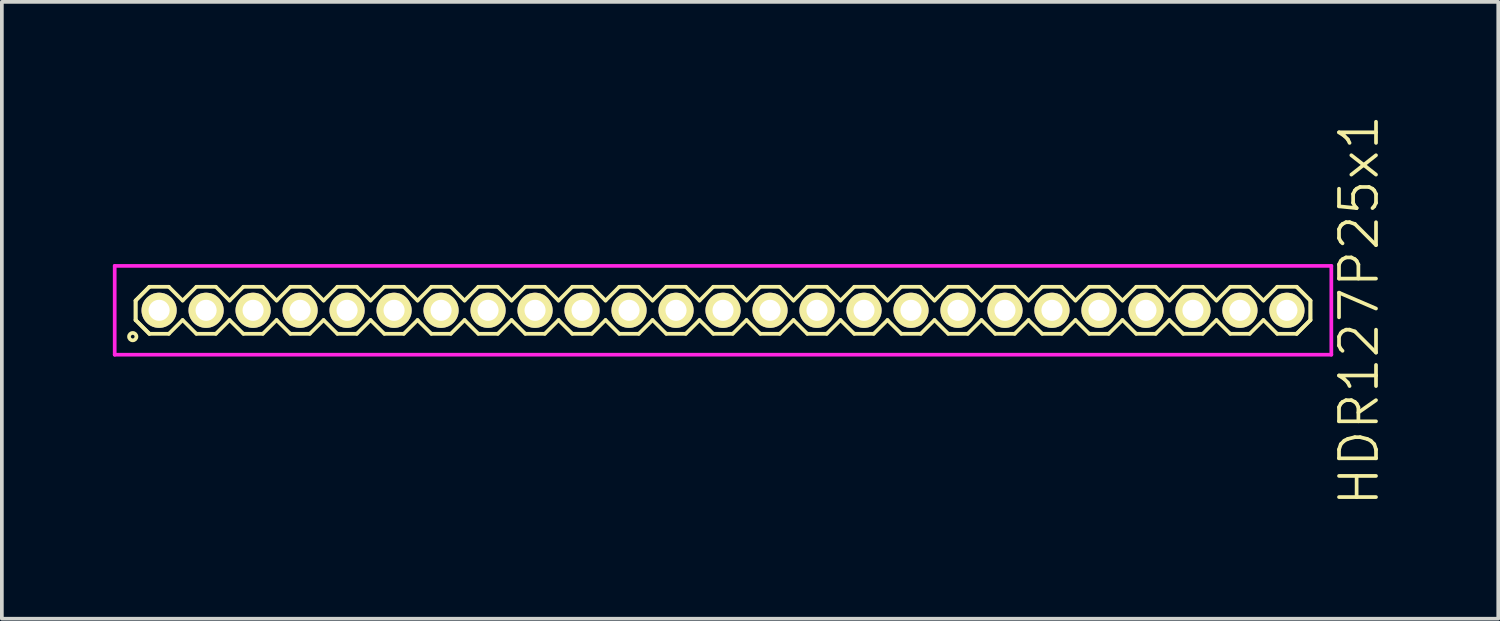
<source format=kicad_pcb>
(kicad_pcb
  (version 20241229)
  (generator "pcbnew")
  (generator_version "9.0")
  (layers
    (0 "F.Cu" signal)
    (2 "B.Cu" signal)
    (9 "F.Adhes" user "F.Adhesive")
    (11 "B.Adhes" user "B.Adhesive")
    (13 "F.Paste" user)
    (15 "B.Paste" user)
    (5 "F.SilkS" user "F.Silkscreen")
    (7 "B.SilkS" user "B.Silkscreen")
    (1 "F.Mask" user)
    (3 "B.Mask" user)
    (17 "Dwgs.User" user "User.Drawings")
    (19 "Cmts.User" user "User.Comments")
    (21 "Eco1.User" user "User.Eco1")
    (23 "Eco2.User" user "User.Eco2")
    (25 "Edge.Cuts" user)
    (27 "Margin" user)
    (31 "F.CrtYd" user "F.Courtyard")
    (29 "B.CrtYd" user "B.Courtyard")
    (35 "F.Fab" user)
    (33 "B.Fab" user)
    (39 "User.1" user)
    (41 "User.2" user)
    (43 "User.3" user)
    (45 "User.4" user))
  (footprint "HDR127P25x1"
    (layer "F.Cu")
    (at 16.49 5.336)
    (property "Reference" "HDR127P25x1" (at 17.19 0 90) (layer "F.SilkS") (effects (font (size 1 1) (thickness 0.1))))
    (attr through_hole)
    (fp_line (start -15.875 -0.263) (end -15.503 -0.635) (stroke (width 0.1) (type solid)) (layer "F.SilkS"))
    (fp_line (start -15.875 -0.263) (end -15.503 -0.635) (stroke (width 0.1) (type solid)) (layer "F.SilkS"))
    (fp_line (start -15.875 0.263) (end -15.875 -0.263) (stroke (width 0.1) (type solid)) (layer "F.SilkS"))
    (fp_line (start -15.875 0.263) (end -15.875 -0.263) (stroke (width 0.1) (type solid)) (layer "F.SilkS"))
    (fp_line (start -15.503 -0.635) (end -14.977 -0.635) (stroke (width 0.1) (type solid)) (layer "F.SilkS"))
    (fp_line (start -15.503 0.635) (end -15.875 0.263) (stroke (width 0.1) (type solid)) (layer "F.SilkS"))
    (fp_line (start -15.503 0.635) (end -15.875 0.263) (stroke (width 0.1) (type solid)) (layer "F.SilkS"))
    (fp_line (start -14.977 -0.635) (end -14.605 -0.263) (stroke (width 0.1) (type solid)) (layer "F.SilkS"))
    (fp_line (start -14.977 0.635) (end -15.503 0.635) (stroke (width 0.1) (type solid)) (layer "F.SilkS"))
    (fp_line (start -14.605 -0.263) (end -14.233 -0.635) (stroke (width 0.1) (type solid)) (layer "F.SilkS"))
    (fp_line (start -14.605 0.263) (end -14.977 0.635) (stroke (width 0.1) (type solid)) (layer "F.SilkS"))
    (fp_line (start -14.233 -0.635) (end -13.707 -0.635) (stroke (width 0.1) (type solid)) (layer "F.SilkS"))
    (fp_line (start -14.233 0.635) (end -14.605 0.263) (stroke (width 0.1) (type solid)) (layer "F.SilkS"))
    (fp_line (start -13.707 -0.635) (end -13.335 -0.263) (stroke (width 0.1) (type solid)) (layer "F.SilkS"))
    (fp_line (start -13.707 0.635) (end -14.233 0.635) (stroke (width 0.1) (type solid)) (layer "F.SilkS"))
    (fp_line (start -13.335 -0.263) (end -12.963 -0.635) (stroke (width 0.1) (type solid)) (layer "F.SilkS"))
    (fp_line (start -13.335 0.263) (end -13.707 0.635) (stroke (width 0.1) (type solid)) (layer "F.SilkS"))
    (fp_line (start -12.963 -0.635) (end -12.437 -0.635) (stroke (width 0.1) (type solid)) (layer "F.SilkS"))
    (fp_line (start -12.963 0.635) (end -13.335 0.263) (stroke (width 0.1) (type solid)) (layer "F.SilkS"))
    (fp_line (start -12.437 -0.635) (end -12.065 -0.263) (stroke (width 0.1) (type solid)) (layer "F.SilkS"))
    (fp_line (start -12.437 0.635) (end -12.963 0.635) (stroke (width 0.1) (type solid)) (layer "F.SilkS"))
    (fp_line (start -12.065 -0.263) (end -11.693 -0.635) (stroke (width 0.1) (type solid)) (layer "F.SilkS"))
    (fp_line (start -12.065 0.263) (end -12.437 0.635) (stroke (width 0.1) (type solid)) (layer "F.SilkS"))
    (fp_line (start -11.693 -0.635) (end -11.167 -0.635) (stroke (width 0.1) (type solid)) (layer "F.SilkS"))
    (fp_line (start -11.693 0.635) (end -12.065 0.263) (stroke (width 0.1) (type solid)) (layer "F.SilkS"))
    (fp_line (start -11.167 -0.635) (end -10.795 -0.263) (stroke (width 0.1) (type solid)) (layer "F.SilkS"))
    (fp_line (start -11.167 0.635) (end -11.693 0.635) (stroke (width 0.1) (type solid)) (layer "F.SilkS"))
    (fp_line (start -10.795 -0.263) (end -10.423 -0.635) (stroke (width 0.1) (type solid)) (layer "F.SilkS"))
    (fp_line (start -10.795 0.263) (end -11.167 0.635) (stroke (width 0.1) (type solid)) (layer "F.SilkS"))
    (fp_line (start -10.423 -0.635) (end -9.897 -0.635) (stroke (width 0.1) (type solid)) (layer "F.SilkS"))
    (fp_line (start -10.423 0.635) (end -10.795 0.263) (stroke (width 0.1) (type solid)) (layer "F.SilkS"))
    (fp_line (start -9.897 -0.635) (end -9.525 -0.263) (stroke (width 0.1) (type solid)) (layer "F.SilkS"))
    (fp_line (start -9.897 0.635) (end -10.423 0.635) (stroke (width 0.1) (type solid)) (layer "F.SilkS"))
    (fp_line (start -9.525 -0.263) (end -9.153 -0.635) (stroke (width 0.1) (type solid)) (layer "F.SilkS"))
    (fp_line (start -9.525 0.263) (end -9.897 0.635) (stroke (width 0.1) (type solid)) (layer "F.SilkS"))
    (fp_line (start -9.153 -0.635) (end -8.627 -0.635) (stroke (width 0.1) (type solid)) (layer "F.SilkS"))
    (fp_line (start -9.153 0.635) (end -9.525 0.263) (stroke (width 0.1) (type solid)) (layer "F.SilkS"))
    (fp_line (start -8.627 -0.635) (end -8.255 -0.263) (stroke (width 0.1) (type solid)) (layer "F.SilkS"))
    (fp_line (start -8.627 0.635) (end -9.153 0.635) (stroke (width 0.1) (type solid)) (layer "F.SilkS"))
    (fp_line (start -8.255 -0.263) (end -7.883 -0.635) (stroke (width 0.1) (type solid)) (layer "F.SilkS"))
    (fp_line (start -8.255 0.263) (end -8.627 0.635) (stroke (width 0.1) (type solid)) (layer "F.SilkS"))
    (fp_line (start -7.883 -0.635) (end -7.357 -0.635) (stroke (width 0.1) (type solid)) (layer "F.SilkS"))
    (fp_line (start -7.883 0.635) (end -8.255 0.263) (stroke (width 0.1) (type solid)) (layer "F.SilkS"))
    (fp_line (start -7.357 -0.635) (end -6.985 -0.263) (stroke (width 0.1) (type solid)) (layer "F.SilkS"))
    (fp_line (start -7.357 0.635) (end -7.883 0.635) (stroke (width 0.1) (type solid)) (layer "F.SilkS"))
    (fp_line (start -6.985 -0.263) (end -6.613 -0.635) (stroke (width 0.1) (type solid)) (layer "F.SilkS"))
    (fp_line (start -6.985 0.263) (end -7.357 0.635) (stroke (width 0.1) (type solid)) (layer "F.SilkS"))
    (fp_line (start -6.613 -0.635) (end -6.087 -0.635) (stroke (width 0.1) (type solid)) (layer "F.SilkS"))
    (fp_line (start -6.613 0.635) (end -6.985 0.263) (stroke (width 0.1) (type solid)) (layer "F.SilkS"))
    (fp_line (start -6.087 -0.635) (end -5.715 -0.263) (stroke (width 0.1) (type solid)) (layer "F.SilkS"))
    (fp_line (start -6.087 0.635) (end -6.613 0.635) (stroke (width 0.1) (type solid)) (layer "F.SilkS"))
    (fp_line (start -5.715 -0.263) (end -5.343 -0.635) (stroke (width 0.1) (type solid)) (layer "F.SilkS"))
    (fp_line (start -5.715 0.263) (end -6.087 0.635) (stroke (width 0.1) (type solid)) (layer "F.SilkS"))
    (fp_line (start -5.343 -0.635) (end -4.817 -0.635) (stroke (width 0.1) (type solid)) (layer "F.SilkS"))
    (fp_line (start -5.343 0.635) (end -5.715 0.263) (stroke (width 0.1) (type solid)) (layer "F.SilkS"))
    (fp_line (start -4.817 -0.635) (end -4.445 -0.263) (stroke (width 0.1) (type solid)) (layer "F.SilkS"))
    (fp_line (start -4.817 0.635) (end -5.343 0.635) (stroke (width 0.1) (type solid)) (layer "F.SilkS"))
    (fp_line (start -4.445 -0.263) (end -4.073 -0.635) (stroke (width 0.1) (type solid)) (layer "F.SilkS"))
    (fp_line (start -4.445 0.263) (end -4.817 0.635) (stroke (width 0.1) (type solid)) (layer "F.SilkS"))
    (fp_line (start -4.073 -0.635) (end -3.547 -0.635) (stroke (width 0.1) (type solid)) (layer "F.SilkS"))
    (fp_line (start -4.073 0.635) (end -4.445 0.263) (stroke (width 0.1) (type solid)) (layer "F.SilkS"))
    (fp_line (start -3.547 -0.635) (end -3.175 -0.263) (stroke (width 0.1) (type solid)) (layer "F.SilkS"))
    (fp_line (start -3.547 0.635) (end -4.073 0.635) (stroke (width 0.1) (type solid)) (layer "F.SilkS"))
    (fp_line (start -3.175 -0.263) (end -2.803 -0.635) (stroke (width 0.1) (type solid)) (layer "F.SilkS"))
    (fp_line (start -3.175 0.263) (end -3.547 0.635) (stroke (width 0.1) (type solid)) (layer "F.SilkS"))
    (fp_line (start -2.803 -0.635) (end -2.277 -0.635) (stroke (width 0.1) (type solid)) (layer "F.SilkS"))
    (fp_line (start -2.803 0.635) (end -3.175 0.263) (stroke (width 0.1) (type solid)) (layer "F.SilkS"))
    (fp_line (start -2.277 -0.635) (end -1.905 -0.263) (stroke (width 0.1) (type solid)) (layer "F.SilkS"))
    (fp_line (start -2.277 0.635) (end -2.803 0.635) (stroke (width 0.1) (type solid)) (layer "F.SilkS"))
    (fp_line (start -1.905 -0.263) (end -1.533 -0.635) (stroke (width 0.1) (type solid)) (layer "F.SilkS"))
    (fp_line (start -1.905 0.263) (end -2.277 0.635) (stroke (width 0.1) (type solid)) (layer "F.SilkS"))
    (fp_line (start -1.533 -0.635) (end -1.007 -0.635) (stroke (width 0.1) (type solid)) (layer "F.SilkS"))
    (fp_line (start -1.533 0.635) (end -1.905 0.263) (stroke (width 0.1) (type solid)) (layer "F.SilkS"))
    (fp_line (start -1.007 -0.635) (end -0.635 -0.263) (stroke (width 0.1) (type solid)) (layer "F.SilkS"))
    (fp_line (start -1.007 0.635) (end -1.533 0.635) (stroke (width 0.1) (type solid)) (layer "F.SilkS"))
    (fp_line (start -0.635 -0.263) (end -0.263 -0.635) (stroke (width 0.1) (type solid)) (layer "F.SilkS"))
    (fp_line (start -0.635 0.263) (end -1.007 0.635) (stroke (width 0.1) (type solid)) (layer "F.SilkS"))
    (fp_line (start -0.263 -0.635) (end 0.263 -0.635) (stroke (width 0.1) (type solid)) (layer "F.SilkS"))
    (fp_line (start -0.263 0.635) (end -0.635 0.263) (stroke (width 0.1) (type solid)) (layer "F.SilkS"))
    (fp_line (start 0.263 -0.635) (end 0.635 -0.263) (stroke (width 0.1) (type solid)) (layer "F.SilkS"))
    (fp_line (start 0.263 0.635) (end -0.263 0.635) (stroke (width 0.1) (type solid)) (layer "F.SilkS"))
    (fp_line (start 0.635 -0.263) (end 1.007 -0.635) (stroke (width 0.1) (type solid)) (layer "F.SilkS"))
    (fp_line (start 0.635 0.263) (end 0.263 0.635) (stroke (width 0.1) (type solid)) (layer "F.SilkS"))
    (fp_line (start 1.007 -0.635) (end 1.533 -0.635) (stroke (width 0.1) (type solid)) (layer "F.SilkS"))
    (fp_line (start 1.007 0.635) (end 0.635 0.263) (stroke (width 0.1) (type solid)) (layer "F.SilkS"))
    (fp_line (start 1.533 -0.635) (end 1.905 -0.263) (stroke (width 0.1) (type solid)) (layer "F.SilkS"))
    (fp_line (start 1.533 0.635) (end 1.007 0.635) (stroke (width 0.1) (type solid)) (layer "F.SilkS"))
    (fp_line (start 1.905 -0.263) (end 2.277 -0.635) (stroke (width 0.1) (type solid)) (layer "F.SilkS"))
    (fp_line (start 1.905 0.263) (end 1.533 0.635) (stroke (width 0.1) (type solid)) (layer "F.SilkS"))
    (fp_line (start 2.277 -0.635) (end 2.803 -0.635) (stroke (width 0.1) (type solid)) (layer "F.SilkS"))
    (fp_line (start 2.277 0.635) (end 1.905 0.263) (stroke (width 0.1) (type solid)) (layer "F.SilkS"))
    (fp_line (start 2.803 -0.635) (end 3.175 -0.263) (stroke (width 0.1) (type solid)) (layer "F.SilkS"))
    (fp_line (start 2.803 0.635) (end 2.277 0.635) (stroke (width 0.1) (type solid)) (layer "F.SilkS"))
    (fp_line (start 3.175 -0.263) (end 3.547 -0.635) (stroke (width 0.1) (type solid)) (layer "F.SilkS"))
    (fp_line (start 3.175 0.263) (end 2.803 0.635) (stroke (width 0.1) (type solid)) (layer "F.SilkS"))
    (fp_line (start 3.547 -0.635) (end 4.073 -0.635) (stroke (width 0.1) (type solid)) (layer "F.SilkS"))
    (fp_line (start 3.547 0.635) (end 3.175 0.263) (stroke (width 0.1) (type solid)) (layer "F.SilkS"))
    (fp_line (start 4.073 -0.635) (end 4.445 -0.263) (stroke (width 0.1) (type solid)) (layer "F.SilkS"))
    (fp_line (start 4.073 0.635) (end 3.547 0.635) (stroke (width 0.1) (type solid)) (layer "F.SilkS"))
    (fp_line (start 4.445 -0.263) (end 4.817 -0.635) (stroke (width 0.1) (type solid)) (layer "F.SilkS"))
    (fp_line (start 4.445 0.263) (end 4.073 0.635) (stroke (width 0.1) (type solid)) (layer "F.SilkS"))
    (fp_line (start 4.817 -0.635) (end 5.343 -0.635) (stroke (width 0.1) (type solid)) (layer "F.SilkS"))
    (fp_line (start 4.817 0.635) (end 4.445 0.263) (stroke (width 0.1) (type solid)) (layer "F.SilkS"))
    (fp_line (start 5.343 -0.635) (end 5.715 -0.263) (stroke (width 0.1) (type solid)) (layer "F.SilkS"))
    (fp_line (start 5.343 0.635) (end 4.817 0.635) (stroke (width 0.1) (type solid)) (layer "F.SilkS"))
    (fp_line (start 5.715 -0.263) (end 6.087 -0.635) (stroke (width 0.1) (type solid)) (layer "F.SilkS"))
    (fp_line (start 5.715 0.263) (end 5.343 0.635) (stroke (width 0.1) (type solid)) (layer "F.SilkS"))
    (fp_line (start 6.087 -0.635) (end 6.613 -0.635) (stroke (width 0.1) (type solid)) (layer "F.SilkS"))
    (fp_line (start 6.087 0.635) (end 5.715 0.263) (stroke (width 0.1) (type solid)) (layer "F.SilkS"))
    (fp_line (start 6.613 -0.635) (end 6.985 -0.263) (stroke (width 0.1) (type solid)) (layer "F.SilkS"))
    (fp_line (start 6.613 0.635) (end 6.087 0.635) (stroke (width 0.1) (type solid)) (layer "F.SilkS"))
    (fp_line (start 6.985 -0.263) (end 7.357 -0.635) (stroke (width 0.1) (type solid)) (layer "F.SilkS"))
    (fp_line (start 6.985 0.263) (end 6.613 0.635) (stroke (width 0.1) (type solid)) (layer "F.SilkS"))
    (fp_line (start 7.357 -0.635) (end 7.883 -0.635) (stroke (width 0.1) (type solid)) (layer "F.SilkS"))
    (fp_line (start 7.357 0.635) (end 6.985 0.263) (stroke (width 0.1) (type solid)) (layer "F.SilkS"))
    (fp_line (start 7.883 -0.635) (end 8.255 -0.263) (stroke (width 0.1) (type solid)) (layer "F.SilkS"))
    (fp_line (start 7.883 0.635) (end 7.357 0.635) (stroke (width 0.1) (type solid)) (layer "F.SilkS"))
    (fp_line (start 8.255 -0.263) (end 8.627 -0.635) (stroke (width 0.1) (type solid)) (layer "F.SilkS"))
    (fp_line (start 8.255 0.263) (end 7.883 0.635) (stroke (width 0.1) (type solid)) (layer "F.SilkS"))
    (fp_line (start 8.627 -0.635) (end 9.153 -0.635) (stroke (width 0.1) (type solid)) (layer "F.SilkS"))
    (fp_line (start 8.627 0.635) (end 8.255 0.263) (stroke (width 0.1) (type solid)) (layer "F.SilkS"))
    (fp_line (start 9.153 -0.635) (end 9.525 -0.263) (stroke (width 0.1) (type solid)) (layer "F.SilkS"))
    (fp_line (start 9.153 0.635) (end 8.627 0.635) (stroke (width 0.1) (type solid)) (layer "F.SilkS"))
    (fp_line (start 9.525 -0.263) (end 9.897 -0.635) (stroke (width 0.1) (type solid)) (layer "F.SilkS"))
    (fp_line (start 9.525 0.263) (end 9.153 0.635) (stroke (width 0.1) (type solid)) (layer "F.SilkS"))
    (fp_line (start 9.897 -0.635) (end 10.423 -0.635) (stroke (width 0.1) (type solid)) (layer "F.SilkS"))
    (fp_line (start 9.897 0.635) (end 9.525 0.263) (stroke (width 0.1) (type solid)) (layer "F.SilkS"))
    (fp_line (start 10.423 -0.635) (end 10.795 -0.263) (stroke (width 0.1) (type solid)) (layer "F.SilkS"))
    (fp_line (start 10.423 0.635) (end 9.897 0.635) (stroke (width 0.1) (type solid)) (layer "F.SilkS"))
    (fp_line (start 10.795 -0.263) (end 11.167 -0.635) (stroke (width 0.1) (type solid)) (layer "F.SilkS"))
    (fp_line (start 10.795 0.263) (end 10.423 0.635) (stroke (width 0.1) (type solid)) (layer "F.SilkS"))
    (fp_line (start 11.167 -0.635) (end 11.693 -0.635) (stroke (width 0.1) (type solid)) (layer "F.SilkS"))
    (fp_line (start 11.167 0.635) (end 10.795 0.263) (stroke (width 0.1) (type solid)) (layer "F.SilkS"))
    (fp_line (start 11.693 -0.635) (end 12.065 -0.263) (stroke (width 0.1) (type solid)) (layer "F.SilkS"))
    (fp_line (start 11.693 0.635) (end 11.167 0.635) (stroke (width 0.1) (type solid)) (layer "F.SilkS"))
    (fp_line (start 12.065 -0.263) (end 12.437 -0.635) (stroke (width 0.1) (type solid)) (layer "F.SilkS"))
    (fp_line (start 12.065 0.263) (end 11.693 0.635) (stroke (width 0.1) (type solid)) (layer "F.SilkS"))
    (fp_line (start 12.437 -0.635) (end 12.963 -0.635) (stroke (width 0.1) (type solid)) (layer "F.SilkS"))
    (fp_line (start 12.437 0.635) (end 12.065 0.263) (stroke (width 0.1) (type solid)) (layer "F.SilkS"))
    (fp_line (start 12.963 -0.635) (end 13.335 -0.263) (stroke (width 0.1) (type solid)) (layer "F.SilkS"))
    (fp_line (start 12.963 0.635) (end 12.437 0.635) (stroke (width 0.1) (type solid)) (layer "F.SilkS"))
    (fp_line (start 13.335 -0.263) (end 13.707 -0.635) (stroke (width 0.1) (type solid)) (layer "F.SilkS"))
    (fp_line (start 13.335 0.263) (end 12.963 0.635) (stroke (width 0.1) (type solid)) (layer "F.SilkS"))
    (fp_line (start 13.707 -0.635) (end 14.233 -0.635) (stroke (width 0.1) (type solid)) (layer "F.SilkS"))
    (fp_line (start 13.707 0.635) (end 13.335 0.263) (stroke (width 0.1) (type solid)) (layer "F.SilkS"))
    (fp_line (start 14.233 -0.635) (end 14.605 -0.263) (stroke (width 0.1) (type solid)) (layer "F.SilkS"))
    (fp_line (start 14.233 0.635) (end 13.707 0.635) (stroke (width 0.1) (type solid)) (layer "F.SilkS"))
    (fp_line (start 14.605 -0.263) (end 14.977 -0.635) (stroke (width 0.1) (type solid)) (layer "F.SilkS"))
    (fp_line (start 14.605 0.263) (end 14.233 0.635) (stroke (width 0.1) (type solid)) (layer "F.SilkS"))
    (fp_line (start 14.977 -0.635) (end 15.503 -0.635) (stroke (width 0.1) (type solid)) (layer "F.SilkS"))
    (fp_line (start 14.977 0.635) (end 14.605 0.263) (stroke (width 0.1) (type solid)) (layer "F.SilkS"))
    (fp_line (start 15.503 -0.635) (end 15.875 -0.263) (stroke (width 0.1) (type solid)) (layer "F.SilkS"))
    (fp_line (start 15.503 -0.635) (end 15.875 -0.263) (stroke (width 0.1) (type solid)) (layer "F.SilkS"))
    (fp_line (start 15.503 0.635) (end 14.977 0.635) (stroke (width 0.1) (type solid)) (layer "F.SilkS"))
    (fp_line (start 15.875 -0.263) (end 15.875 0.263) (stroke (width 0.1) (type solid)) (layer "F.SilkS"))
    (fp_line (start 15.875 -0.263) (end 15.875 0.263) (stroke (width 0.1) (type solid)) (layer "F.SilkS"))
    (fp_line (start 15.875 0.263) (end 15.503 0.635) (stroke (width 0.1) (type solid)) (layer "F.SilkS"))
    (fp_line (start 15.875 0.263) (end 15.503 0.635) (stroke (width 0.1) (type solid)) (layer "F.SilkS"))
    (fp_circle (center -15.953 0.712) (end -15.853 0.712) (stroke (width 0.1) (type solid)) (fill no) (layer "F.SilkS"))
    (fp_line (start -16.44 -1.2) (end -16.44 1.2) (stroke (width 0.1) (type solid)) (layer "F.CrtYd"))
    (fp_line (start -16.44 1.2) (end 16.44 1.2) (stroke (width 0.1) (type solid)) (layer "F.CrtYd"))
    (fp_line (start 16.44 -1.2) (end -16.44 -1.2) (stroke (width 0.1) (type solid)) (layer "F.CrtYd"))
    (fp_line (start 16.44 1.2) (end 16.44 -1.2) (stroke (width 0.1) (type solid)) (layer "F.CrtYd"))
    (pad "1" thru_hole oval (at -15.24 0) (size 0.95 0.95) (drill 0.57) (layers "*.Cu" "*.Mask" "F.SilkS"))
    (pad "2" thru_hole oval (at -13.97 0) (size 0.95 0.95) (drill 0.57) (layers "*.Cu" "*.Mask" "F.SilkS"))
    (pad "3" thru_hole oval (at -12.7 0) (size 0.95 0.95) (drill 0.57) (layers "*.Cu" "*.Mask" "F.SilkS"))
    (pad "4" thru_hole oval (at -11.43 0) (size 0.95 0.95) (drill 0.57) (layers "*.Cu" "*.Mask" "F.SilkS"))
    (pad "5" thru_hole oval (at -10.16 0) (size 0.95 0.95) (drill 0.57) (layers "*.Cu" "*.Mask" "F.SilkS"))
    (pad "6" thru_hole oval (at -8.89 0) (size 0.95 0.95) (drill 0.57) (layers "*.Cu" "*.Mask" "F.SilkS"))
    (pad "7" thru_hole oval (at -7.62 0) (size 0.95 0.95) (drill 0.57) (layers "*.Cu" "*.Mask" "F.SilkS"))
    (pad "8" thru_hole oval (at -6.35 0) (size 0.95 0.95) (drill 0.57) (layers "*.Cu" "*.Mask" "F.SilkS"))
    (pad "9" thru_hole oval (at -5.08 0) (size 0.95 0.95) (drill 0.57) (layers "*.Cu" "*.Mask" "F.SilkS"))
    (pad "10" thru_hole oval (at -3.81 0) (size 0.95 0.95) (drill 0.57) (layers "*.Cu" "*.Mask" "F.SilkS"))
    (pad "11" thru_hole oval (at -2.54 0) (size 0.95 0.95) (drill 0.57) (layers "*.Cu" "*.Mask" "F.SilkS"))
    (pad "12" thru_hole oval (at -1.27 0) (size 0.95 0.95) (drill 0.57) (layers "*.Cu" "*.Mask" "F.SilkS"))
    (pad "13" thru_hole oval (at 0 0) (size 0.95 0.95) (drill 0.57) (layers "*.Cu" "*.Mask" "F.SilkS"))
    (pad "14" thru_hole oval (at 1.27 0) (size 0.95 0.95) (drill 0.57) (layers "*.Cu" "*.Mask" "F.SilkS"))
    (pad "15" thru_hole oval (at 2.54 0) (size 0.95 0.95) (drill 0.57) (layers "*.Cu" "*.Mask" "F.SilkS"))
    (pad "16" thru_hole oval (at 3.81 0) (size 0.95 0.95) (drill 0.57) (layers "*.Cu" "*.Mask" "F.SilkS"))
    (pad "17" thru_hole oval (at 5.08 0) (size 0.95 0.95) (drill 0.57) (layers "*.Cu" "*.Mask" "F.SilkS"))
    (pad "18" thru_hole oval (at 6.35 0) (size 0.95 0.95) (drill 0.57) (layers "*.Cu" "*.Mask" "F.SilkS"))
    (pad "19" thru_hole oval (at 7.62 0) (size 0.95 0.95) (drill 0.57) (layers "*.Cu" "*.Mask" "F.SilkS"))
    (pad "20" thru_hole oval (at 8.89 0) (size 0.95 0.95) (drill 0.57) (layers "*.Cu" "*.Mask" "F.SilkS"))
    (pad "21" thru_hole oval (at 10.16 0) (size 0.95 0.95) (drill 0.57) (layers "*.Cu" "*.Mask" "F.SilkS"))
    (pad "22" thru_hole oval (at 11.43 0) (size 0.95 0.95) (drill 0.57) (layers "*.Cu" "*.Mask" "F.SilkS"))
    (pad "23" thru_hole oval (at 12.7 0) (size 0.95 0.95) (drill 0.57) (layers "*.Cu" "*.Mask" "F.SilkS"))
    (pad "24" thru_hole oval (at 13.97 0) (size 0.95 0.95) (drill 0.57) (layers "*.Cu" "*.Mask" "F.SilkS"))
    (pad "25" thru_hole oval (at 15.24 0) (size 0.95 0.95) (drill 0.57) (layers "*.Cu" "*.Mask" "F.SilkS")))
  (gr_rect
    (start -3 -3)
    (end 37.441 13.671)
    (stroke (width 0.1) (type default))
    (fill no)
    (layer "Edge.Cuts")))
</source>
